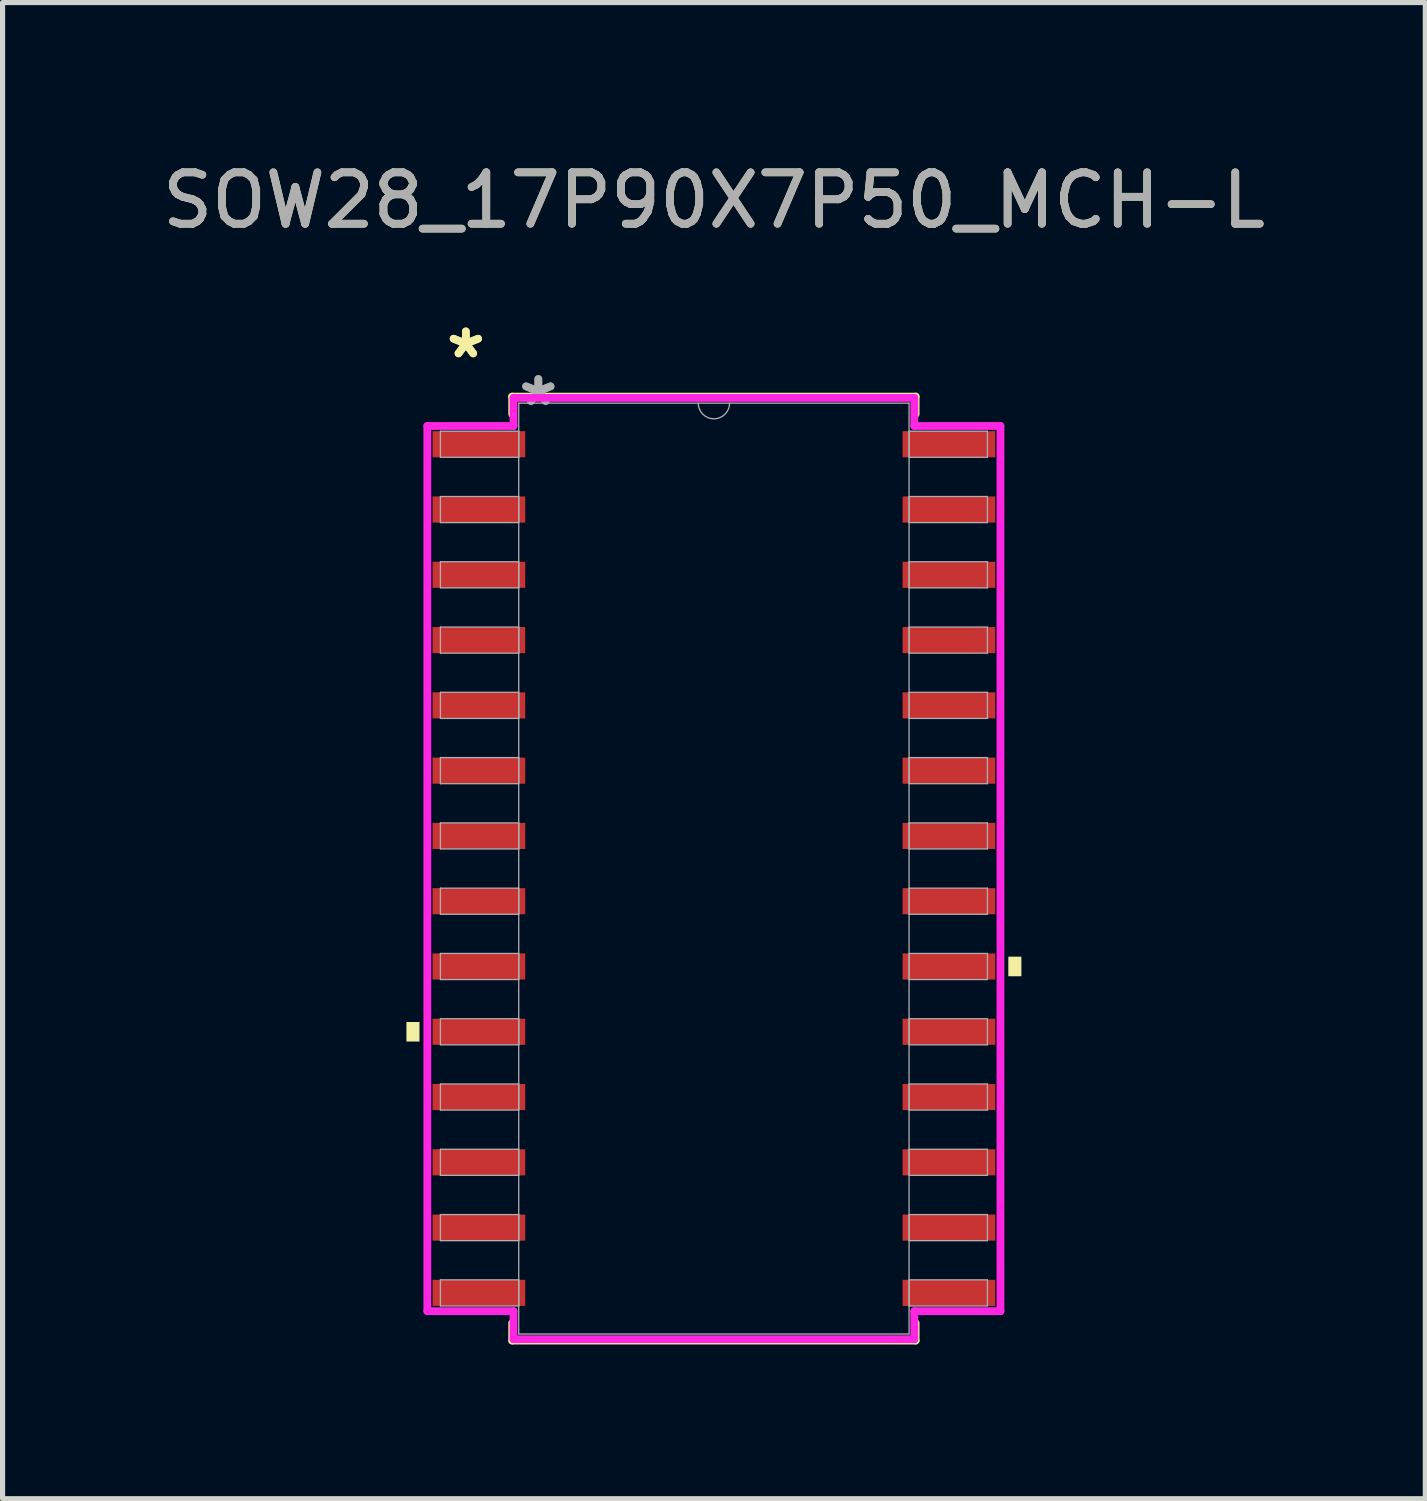
<source format=kicad_pcb>
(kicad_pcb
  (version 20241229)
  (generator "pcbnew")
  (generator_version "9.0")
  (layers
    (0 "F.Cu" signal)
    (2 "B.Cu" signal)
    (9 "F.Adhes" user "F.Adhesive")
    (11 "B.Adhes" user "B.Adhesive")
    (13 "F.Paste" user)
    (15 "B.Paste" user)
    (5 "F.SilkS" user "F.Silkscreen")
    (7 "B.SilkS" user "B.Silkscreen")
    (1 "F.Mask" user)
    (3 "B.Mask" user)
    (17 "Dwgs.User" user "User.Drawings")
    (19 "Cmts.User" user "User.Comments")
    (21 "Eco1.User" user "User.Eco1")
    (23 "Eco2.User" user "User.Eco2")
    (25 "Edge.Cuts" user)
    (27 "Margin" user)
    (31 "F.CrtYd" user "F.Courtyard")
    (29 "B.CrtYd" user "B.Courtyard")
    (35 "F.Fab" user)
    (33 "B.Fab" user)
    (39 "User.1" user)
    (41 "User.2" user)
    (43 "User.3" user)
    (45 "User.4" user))
  (footprint "SOW28_17P90X7P50_MCH-L"
    (layer "F.Cu")
    (at 10.839 13.848)
    (property "Reference" "SOW28_17P90X7P50_MCH-L" (at 0 -13 0) (unlocked yes) (layer "F.SilkS") (effects (font (size 1 1) (thickness 0.15))))
    (attr smd)
    (fp_line (start -3.924 -9.182) (end -3.924 -8.842) (stroke (width 0.152) (type solid)) (layer "F.SilkS"))
    (fp_line (start -3.924 8.842) (end -3.924 9.182) (stroke (width 0.152) (type solid)) (layer "F.SilkS"))
    (fp_line (start -3.924 9.182) (end 3.924 9.182) (stroke (width 0.152) (type solid)) (layer "F.SilkS"))
    (fp_line (start 3.924 -9.182) (end -3.924 -9.182) (stroke (width 0.152) (type solid)) (layer "F.SilkS"))
    (fp_line (start 3.924 -8.842) (end 3.924 -9.182) (stroke (width 0.152) (type solid)) (layer "F.SilkS"))
    (fp_line (start 3.924 9.182) (end 3.924 8.842) (stroke (width 0.152) (type solid)) (layer "F.SilkS"))
    (fp_poly (pts (xy -5.982 2.985) (xy -5.982 3.365) (xy -5.728 3.365) (xy -5.728 2.985)) (stroke (width 0) (type solid)) (fill yes) (layer "F.SilkS"))
    (fp_poly (pts (xy 5.982 1.714) (xy 5.982 2.095) (xy 5.728 2.095) (xy 5.728 1.714)) (stroke (width 0) (type solid)) (fill yes) (layer "F.SilkS"))
    (fp_line (start -5.575 -8.611) (end -3.899 -8.611) (stroke (width 0.152) (type solid)) (layer "F.CrtYd"))
    (fp_line (start -5.575 8.611) (end -5.575 -8.611) (stroke (width 0.152) (type solid)) (layer "F.CrtYd"))
    (fp_line (start -5.575 8.611) (end -3.899 8.611) (stroke (width 0.152) (type solid)) (layer "F.CrtYd"))
    (fp_line (start -3.899 -9.157) (end 3.899 -9.157) (stroke (width 0.152) (type solid)) (layer "F.CrtYd"))
    (fp_line (start -3.899 -8.611) (end -3.899 -9.157) (stroke (width 0.152) (type solid)) (layer "F.CrtYd"))
    (fp_line (start -3.899 9.157) (end -3.899 8.611) (stroke (width 0.152) (type solid)) (layer "F.CrtYd"))
    (fp_line (start 3.899 -9.157) (end 3.899 -8.611) (stroke (width 0.152) (type solid)) (layer "F.CrtYd"))
    (fp_line (start 3.899 8.611) (end 3.899 9.157) (stroke (width 0.152) (type solid)) (layer "F.CrtYd"))
    (fp_line (start 3.899 9.157) (end -3.899 9.157) (stroke (width 0.152) (type solid)) (layer "F.CrtYd"))
    (fp_line (start 5.575 -8.611) (end 3.899 -8.611) (stroke (width 0.152) (type solid)) (layer "F.CrtYd"))
    (fp_line (start 5.575 -8.611) (end 5.575 8.611) (stroke (width 0.152) (type solid)) (layer "F.CrtYd"))
    (fp_line (start 5.575 8.611) (end 3.899 8.611) (stroke (width 0.152) (type solid)) (layer "F.CrtYd"))
    (fp_line (start -5.321 -8.509) (end -5.321 -8.001) (stroke (width 0.025) (type solid)) (layer "F.Fab"))
    (fp_line (start -5.321 -8.001) (end -3.797 -8.001) (stroke (width 0.025) (type solid)) (layer "F.Fab"))
    (fp_line (start -5.321 -7.239) (end -5.321 -6.731) (stroke (width 0.025) (type solid)) (layer "F.Fab"))
    (fp_line (start -5.321 -6.731) (end -3.797 -6.731) (stroke (width 0.025) (type solid)) (layer "F.Fab"))
    (fp_line (start -5.321 -5.969) (end -5.321 -5.461) (stroke (width 0.025) (type solid)) (layer "F.Fab"))
    (fp_line (start -5.321 -5.461) (end -3.797 -5.461) (stroke (width 0.025) (type solid)) (layer "F.Fab"))
    (fp_line (start -5.321 -4.699) (end -5.321 -4.191) (stroke (width 0.025) (type solid)) (layer "F.Fab"))
    (fp_line (start -5.321 -4.191) (end -3.797 -4.191) (stroke (width 0.025) (type solid)) (layer "F.Fab"))
    (fp_line (start -5.321 -3.429) (end -5.321 -2.921) (stroke (width 0.025) (type solid)) (layer "F.Fab"))
    (fp_line (start -5.321 -2.921) (end -3.797 -2.921) (stroke (width 0.025) (type solid)) (layer "F.Fab"))
    (fp_line (start -5.321 -2.159) (end -5.321 -1.651) (stroke (width 0.025) (type solid)) (layer "F.Fab"))
    (fp_line (start -5.321 -1.651) (end -3.797 -1.651) (stroke (width 0.025) (type solid)) (layer "F.Fab"))
    (fp_line (start -5.321 -0.889) (end -5.321 -0.381) (stroke (width 0.025) (type solid)) (layer "F.Fab"))
    (fp_line (start -5.321 -0.381) (end -3.797 -0.381) (stroke (width 0.025) (type solid)) (layer "F.Fab"))
    (fp_line (start -5.321 0.381) (end -5.321 0.889) (stroke (width 0.025) (type solid)) (layer "F.Fab"))
    (fp_line (start -5.321 0.889) (end -3.797 0.889) (stroke (width 0.025) (type solid)) (layer "F.Fab"))
    (fp_line (start -5.321 1.651) (end -5.321 2.159) (stroke (width 0.025) (type solid)) (layer "F.Fab"))
    (fp_line (start -5.321 2.159) (end -3.797 2.159) (stroke (width 0.025) (type solid)) (layer "F.Fab"))
    (fp_line (start -5.321 2.921) (end -5.321 3.429) (stroke (width 0.025) (type solid)) (layer "F.Fab"))
    (fp_line (start -5.321 3.429) (end -3.797 3.429) (stroke (width 0.025) (type solid)) (layer "F.Fab"))
    (fp_line (start -5.321 4.191) (end -5.321 4.699) (stroke (width 0.025) (type solid)) (layer "F.Fab"))
    (fp_line (start -5.321 4.699) (end -3.797 4.699) (stroke (width 0.025) (type solid)) (layer "F.Fab"))
    (fp_line (start -5.321 5.461) (end -5.321 5.969) (stroke (width 0.025) (type solid)) (layer "F.Fab"))
    (fp_line (start -5.321 5.969) (end -3.797 5.969) (stroke (width 0.025) (type solid)) (layer "F.Fab"))
    (fp_line (start -5.321 6.731) (end -5.321 7.239) (stroke (width 0.025) (type solid)) (layer "F.Fab"))
    (fp_line (start -5.321 7.239) (end -3.797 7.239) (stroke (width 0.025) (type solid)) (layer "F.Fab"))
    (fp_line (start -5.321 8.001) (end -5.321 8.509) (stroke (width 0.025) (type solid)) (layer "F.Fab"))
    (fp_line (start -5.321 8.509) (end -3.797 8.509) (stroke (width 0.025) (type solid)) (layer "F.Fab"))
    (fp_line (start -3.797 -9.055) (end -3.797 9.055) (stroke (width 0.025) (type solid)) (layer "F.Fab"))
    (fp_line (start -3.797 -8.509) (end -5.321 -8.509) (stroke (width 0.025) (type solid)) (layer "F.Fab"))
    (fp_line (start -3.797 -8.001) (end -3.797 -8.509) (stroke (width 0.025) (type solid)) (layer "F.Fab"))
    (fp_line (start -3.797 -7.239) (end -5.321 -7.239) (stroke (width 0.025) (type solid)) (layer "F.Fab"))
    (fp_line (start -3.797 -6.731) (end -3.797 -7.239) (stroke (width 0.025) (type solid)) (layer "F.Fab"))
    (fp_line (start -3.797 -5.969) (end -5.321 -5.969) (stroke (width 0.025) (type solid)) (layer "F.Fab"))
    (fp_line (start -3.797 -5.461) (end -3.797 -5.969) (stroke (width 0.025) (type solid)) (layer "F.Fab"))
    (fp_line (start -3.797 -4.699) (end -5.321 -4.699) (stroke (width 0.025) (type solid)) (layer "F.Fab"))
    (fp_line (start -3.797 -4.191) (end -3.797 -4.699) (stroke (width 0.025) (type solid)) (layer "F.Fab"))
    (fp_line (start -3.797 -3.429) (end -5.321 -3.429) (stroke (width 0.025) (type solid)) (layer "F.Fab"))
    (fp_line (start -3.797 -2.921) (end -3.797 -3.429) (stroke (width 0.025) (type solid)) (layer "F.Fab"))
    (fp_line (start -3.797 -2.159) (end -5.321 -2.159) (stroke (width 0.025) (type solid)) (layer "F.Fab"))
    (fp_line (start -3.797 -1.651) (end -3.797 -2.159) (stroke (width 0.025) (type solid)) (layer "F.Fab"))
    (fp_line (start -3.797 -0.889) (end -5.321 -0.889) (stroke (width 0.025) (type solid)) (layer "F.Fab"))
    (fp_line (start -3.797 -0.381) (end -3.797 -0.889) (stroke (width 0.025) (type solid)) (layer "F.Fab"))
    (fp_line (start -3.797 0.381) (end -5.321 0.381) (stroke (width 0.025) (type solid)) (layer "F.Fab"))
    (fp_line (start -3.797 0.889) (end -3.797 0.381) (stroke (width 0.025) (type solid)) (layer "F.Fab"))
    (fp_line (start -3.797 1.651) (end -5.321 1.651) (stroke (width 0.025) (type solid)) (layer "F.Fab"))
    (fp_line (start -3.797 2.159) (end -3.797 1.651) (stroke (width 0.025) (type solid)) (layer "F.Fab"))
    (fp_line (start -3.797 2.921) (end -5.321 2.921) (stroke (width 0.025) (type solid)) (layer "F.Fab"))
    (fp_line (start -3.797 3.429) (end -3.797 2.921) (stroke (width 0.025) (type solid)) (layer "F.Fab"))
    (fp_line (start -3.797 4.191) (end -5.321 4.191) (stroke (width 0.025) (type solid)) (layer "F.Fab"))
    (fp_line (start -3.797 4.699) (end -3.797 4.191) (stroke (width 0.025) (type solid)) (layer "F.Fab"))
    (fp_line (start -3.797 5.461) (end -5.321 5.461) (stroke (width 0.025) (type solid)) (layer "F.Fab"))
    (fp_line (start -3.797 5.969) (end -3.797 5.461) (stroke (width 0.025) (type solid)) (layer "F.Fab"))
    (fp_line (start -3.797 6.731) (end -5.321 6.731) (stroke (width 0.025) (type solid)) (layer "F.Fab"))
    (fp_line (start -3.797 7.239) (end -3.797 6.731) (stroke (width 0.025) (type solid)) (layer "F.Fab"))
    (fp_line (start -3.797 8.001) (end -5.321 8.001) (stroke (width 0.025) (type solid)) (layer "F.Fab"))
    (fp_line (start -3.797 8.509) (end -3.797 8.001) (stroke (width 0.025) (type solid)) (layer "F.Fab"))
    (fp_line (start -3.797 9.055) (end 3.797 9.055) (stroke (width 0.025) (type solid)) (layer "F.Fab"))
    (fp_line (start 3.797 -9.055) (end -3.797 -9.055) (stroke (width 0.025) (type solid)) (layer "F.Fab"))
    (fp_line (start 3.797 -8.509) (end 3.797 -8.001) (stroke (width 0.025) (type solid)) (layer "F.Fab"))
    (fp_line (start 3.797 -8.001) (end 5.321 -8.001) (stroke (width 0.025) (type solid)) (layer "F.Fab"))
    (fp_line (start 3.797 -7.239) (end 3.797 -6.731) (stroke (width 0.025) (type solid)) (layer "F.Fab"))
    (fp_line (start 3.797 -6.731) (end 5.321 -6.731) (stroke (width 0.025) (type solid)) (layer "F.Fab"))
    (fp_line (start 3.797 -5.969) (end 3.797 -5.461) (stroke (width 0.025) (type solid)) (layer "F.Fab"))
    (fp_line (start 3.797 -5.461) (end 5.321 -5.461) (stroke (width 0.025) (type solid)) (layer "F.Fab"))
    (fp_line (start 3.797 -4.699) (end 3.797 -4.191) (stroke (width 0.025) (type solid)) (layer "F.Fab"))
    (fp_line (start 3.797 -4.191) (end 5.321 -4.191) (stroke (width 0.025) (type solid)) (layer "F.Fab"))
    (fp_line (start 3.797 -3.429) (end 3.797 -2.921) (stroke (width 0.025) (type solid)) (layer "F.Fab"))
    (fp_line (start 3.797 -2.921) (end 5.321 -2.921) (stroke (width 0.025) (type solid)) (layer "F.Fab"))
    (fp_line (start 3.797 -2.159) (end 3.797 -1.651) (stroke (width 0.025) (type solid)) (layer "F.Fab"))
    (fp_line (start 3.797 -1.651) (end 5.321 -1.651) (stroke (width 0.025) (type solid)) (layer "F.Fab"))
    (fp_line (start 3.797 -0.889) (end 3.797 -0.381) (stroke (width 0.025) (type solid)) (layer "F.Fab"))
    (fp_line (start 3.797 -0.381) (end 5.321 -0.381) (stroke (width 0.025) (type solid)) (layer "F.Fab"))
    (fp_line (start 3.797 0.381) (end 3.797 0.889) (stroke (width 0.025) (type solid)) (layer "F.Fab"))
    (fp_line (start 3.797 0.889) (end 5.321 0.889) (stroke (width 0.025) (type solid)) (layer "F.Fab"))
    (fp_line (start 3.797 1.651) (end 3.797 2.159) (stroke (width 0.025) (type solid)) (layer "F.Fab"))
    (fp_line (start 3.797 2.159) (end 5.321 2.159) (stroke (width 0.025) (type solid)) (layer "F.Fab"))
    (fp_line (start 3.797 2.921) (end 3.797 3.429) (stroke (width 0.025) (type solid)) (layer "F.Fab"))
    (fp_line (start 3.797 3.429) (end 5.321 3.429) (stroke (width 0.025) (type solid)) (layer "F.Fab"))
    (fp_line (start 3.797 4.191) (end 3.797 4.699) (stroke (width 0.025) (type solid)) (layer "F.Fab"))
    (fp_line (start 3.797 4.699) (end 5.321 4.699) (stroke (width 0.025) (type solid)) (layer "F.Fab"))
    (fp_line (start 3.797 5.461) (end 3.797 5.969) (stroke (width 0.025) (type solid)) (layer "F.Fab"))
    (fp_line (start 3.797 5.969) (end 5.321 5.969) (stroke (width 0.025) (type solid)) (layer "F.Fab"))
    (fp_line (start 3.797 6.731) (end 3.797 7.239) (stroke (width 0.025) (type solid)) (layer "F.Fab"))
    (fp_line (start 3.797 7.239) (end 5.321 7.239) (stroke (width 0.025) (type solid)) (layer "F.Fab"))
    (fp_line (start 3.797 8.001) (end 3.797 8.509) (stroke (width 0.025) (type solid)) (layer "F.Fab"))
    (fp_line (start 3.797 8.509) (end 5.321 8.509) (stroke (width 0.025) (type solid)) (layer "F.Fab"))
    (fp_line (start 3.797 9.055) (end 3.797 -9.055) (stroke (width 0.025) (type solid)) (layer "F.Fab"))
    (fp_line (start 5.321 -8.509) (end 3.797 -8.509) (stroke (width 0.025) (type solid)) (layer "F.Fab"))
    (fp_line (start 5.321 -8.001) (end 5.321 -8.509) (stroke (width 0.025) (type solid)) (layer "F.Fab"))
    (fp_line (start 5.321 -7.239) (end 3.797 -7.239) (stroke (width 0.025) (type solid)) (layer "F.Fab"))
    (fp_line (start 5.321 -6.731) (end 5.321 -7.239) (stroke (width 0.025) (type solid)) (layer "F.Fab"))
    (fp_line (start 5.321 -5.969) (end 3.797 -5.969) (stroke (width 0.025) (type solid)) (layer "F.Fab"))
    (fp_line (start 5.321 -5.461) (end 5.321 -5.969) (stroke (width 0.025) (type solid)) (layer "F.Fab"))
    (fp_line (start 5.321 -4.699) (end 3.797 -4.699) (stroke (width 0.025) (type solid)) (layer "F.Fab"))
    (fp_line (start 5.321 -4.191) (end 5.321 -4.699) (stroke (width 0.025) (type solid)) (layer "F.Fab"))
    (fp_line (start 5.321 -3.429) (end 3.797 -3.429) (stroke (width 0.025) (type solid)) (layer "F.Fab"))
    (fp_line (start 5.321 -2.921) (end 5.321 -3.429) (stroke (width 0.025) (type solid)) (layer "F.Fab"))
    (fp_line (start 5.321 -2.159) (end 3.797 -2.159) (stroke (width 0.025) (type solid)) (layer "F.Fab"))
    (fp_line (start 5.321 -1.651) (end 5.321 -2.159) (stroke (width 0.025) (type solid)) (layer "F.Fab"))
    (fp_line (start 5.321 -0.889) (end 3.797 -0.889) (stroke (width 0.025) (type solid)) (layer "F.Fab"))
    (fp_line (start 5.321 -0.381) (end 5.321 -0.889) (stroke (width 0.025) (type solid)) (layer "F.Fab"))
    (fp_line (start 5.321 0.381) (end 3.797 0.381) (stroke (width 0.025) (type solid)) (layer "F.Fab"))
    (fp_line (start 5.321 0.889) (end 5.321 0.381) (stroke (width 0.025) (type solid)) (layer "F.Fab"))
    (fp_line (start 5.321 1.651) (end 3.797 1.651) (stroke (width 0.025) (type solid)) (layer "F.Fab"))
    (fp_line (start 5.321 2.159) (end 5.321 1.651) (stroke (width 0.025) (type solid)) (layer "F.Fab"))
    (fp_line (start 5.321 2.921) (end 3.797 2.921) (stroke (width 0.025) (type solid)) (layer "F.Fab"))
    (fp_line (start 5.321 3.429) (end 5.321 2.921) (stroke (width 0.025) (type solid)) (layer "F.Fab"))
    (fp_line (start 5.321 4.191) (end 3.797 4.191) (stroke (width 0.025) (type solid)) (layer "F.Fab"))
    (fp_line (start 5.321 4.699) (end 5.321 4.191) (stroke (width 0.025) (type solid)) (layer "F.Fab"))
    (fp_line (start 5.321 5.461) (end 3.797 5.461) (stroke (width 0.025) (type solid)) (layer "F.Fab"))
    (fp_line (start 5.321 5.969) (end 5.321 5.461) (stroke (width 0.025) (type solid)) (layer "F.Fab"))
    (fp_line (start 5.321 6.731) (end 3.797 6.731) (stroke (width 0.025) (type solid)) (layer "F.Fab"))
    (fp_line (start 5.321 7.239) (end 5.321 6.731) (stroke (width 0.025) (type solid)) (layer "F.Fab"))
    (fp_line (start 5.321 8.001) (end 3.797 8.001) (stroke (width 0.025) (type solid)) (layer "F.Fab"))
    (fp_line (start 5.321 8.509) (end 5.321 8.001) (stroke (width 0.025) (type solid)) (layer "F.Fab"))
    (fp_arc (start 0.3048 -9.0551) (mid 0 -8.7503) (end -0.3048 -9.0551) (stroke (width 0.0254) (type solid)) (layer "F.Fab"))
    (fp_text user "*" (at -4.826 -9.906 0) (layer "F.SilkS") (effects (font (size 1 1) (thickness 0.15))))
    (fp_text user "*" (at -4.826 -9.906 0) (unlocked yes) (layer "F.SilkS") (effects (font (size 1 1) (thickness 0.15))))
    (fp_text user "*" (at -3.416 -8.979 0) (layer "F.Fab") (effects (font (size 1 1) (thickness 0.15))))
    (fp_text user "*" (at -3.416 -8.979 0) (unlocked yes) (layer "F.Fab") (effects (font (size 1 1) (thickness 0.15))))
    (fp_text user "${REFERENCE}" (at 0 -13 0) (unlocked yes) (layer "F.Fab") (effects (font (size 1 1) (thickness 0.15))))
    (pad "1" smd rect (at -4.572 -8.255) (size 1.803 0.508) (layers "F.Cu" "F.Mask" "F.Paste"))
    (pad "2" smd rect (at -4.572 -6.985) (size 1.803 0.508) (layers "F.Cu" "F.Mask" "F.Paste"))
    (pad "3" smd rect (at -4.572 -5.715) (size 1.803 0.508) (layers "F.Cu" "F.Mask" "F.Paste"))
    (pad "4" smd rect (at -4.572 -4.445) (size 1.803 0.508) (layers "F.Cu" "F.Mask" "F.Paste"))
    (pad "5" smd rect (at -4.572 -3.175) (size 1.803 0.508) (layers "F.Cu" "F.Mask" "F.Paste"))
    (pad "6" smd rect (at -4.572 -1.905) (size 1.803 0.508) (layers "F.Cu" "F.Mask" "F.Paste"))
    (pad "7" smd rect (at -4.572 -0.635) (size 1.803 0.508) (layers "F.Cu" "F.Mask" "F.Paste"))
    (pad "8" smd rect (at -4.572 0.635) (size 1.803 0.508) (layers "F.Cu" "F.Mask" "F.Paste"))
    (pad "9" smd rect (at -4.572 1.905) (size 1.803 0.508) (layers "F.Cu" "F.Mask" "F.Paste"))
    (pad "10" smd rect (at -4.572 3.175) (size 1.803 0.508) (layers "F.Cu" "F.Mask" "F.Paste"))
    (pad "11" smd rect (at -4.572 4.445) (size 1.803 0.508) (layers "F.Cu" "F.Mask" "F.Paste"))
    (pad "12" smd rect (at -4.572 5.715) (size 1.803 0.508) (layers "F.Cu" "F.Mask" "F.Paste"))
    (pad "13" smd rect (at -4.572 6.985) (size 1.803 0.508) (layers "F.Cu" "F.Mask" "F.Paste"))
    (pad "14" smd rect (at -4.572 8.255) (size 1.803 0.508) (layers "F.Cu" "F.Mask" "F.Paste"))
    (pad "15" smd rect (at 4.572 8.255) (size 1.803 0.508) (layers "F.Cu" "F.Mask" "F.Paste"))
    (pad "16" smd rect (at 4.572 6.985) (size 1.803 0.508) (layers "F.Cu" "F.Mask" "F.Paste"))
    (pad "17" smd rect (at 4.572 5.715) (size 1.803 0.508) (layers "F.Cu" "F.Mask" "F.Paste"))
    (pad "18" smd rect (at 4.572 4.445) (size 1.803 0.508) (layers "F.Cu" "F.Mask" "F.Paste"))
    (pad "19" smd rect (at 4.572 3.175) (size 1.803 0.508) (layers "F.Cu" "F.Mask" "F.Paste"))
    (pad "20" smd rect (at 4.572 1.905) (size 1.803 0.508) (layers "F.Cu" "F.Mask" "F.Paste"))
    (pad "21" smd rect (at 4.572 0.635) (size 1.803 0.508) (layers "F.Cu" "F.Mask" "F.Paste"))
    (pad "22" smd rect (at 4.572 -0.635) (size 1.803 0.508) (layers "F.Cu" "F.Mask" "F.Paste"))
    (pad "23" smd rect (at 4.572 -1.905) (size 1.803 0.508) (layers "F.Cu" "F.Mask" "F.Paste"))
    (pad "24" smd rect (at 4.572 -3.175) (size 1.803 0.508) (layers "F.Cu" "F.Mask" "F.Paste"))
    (pad "25" smd rect (at 4.572 -4.445) (size 1.803 0.508) (layers "F.Cu" "F.Mask" "F.Paste"))
    (pad "26" smd rect (at 4.572 -5.715) (size 1.803 0.508) (layers "F.Cu" "F.Mask" "F.Paste"))
    (pad "27" smd rect (at 4.572 -6.985) (size 1.803 0.508) (layers "F.Cu" "F.Mask" "F.Paste"))
    (pad "28" smd rect (at 4.572 -8.255) (size 1.803 0.508) (layers "F.Cu" "F.Mask" "F.Paste")))
  (gr_rect
    (start -3 -3)
    (end 24.679 26.107)
    (stroke (width 0.1) (type default))
    (fill no)
    (layer "Edge.Cuts")))
</source>
